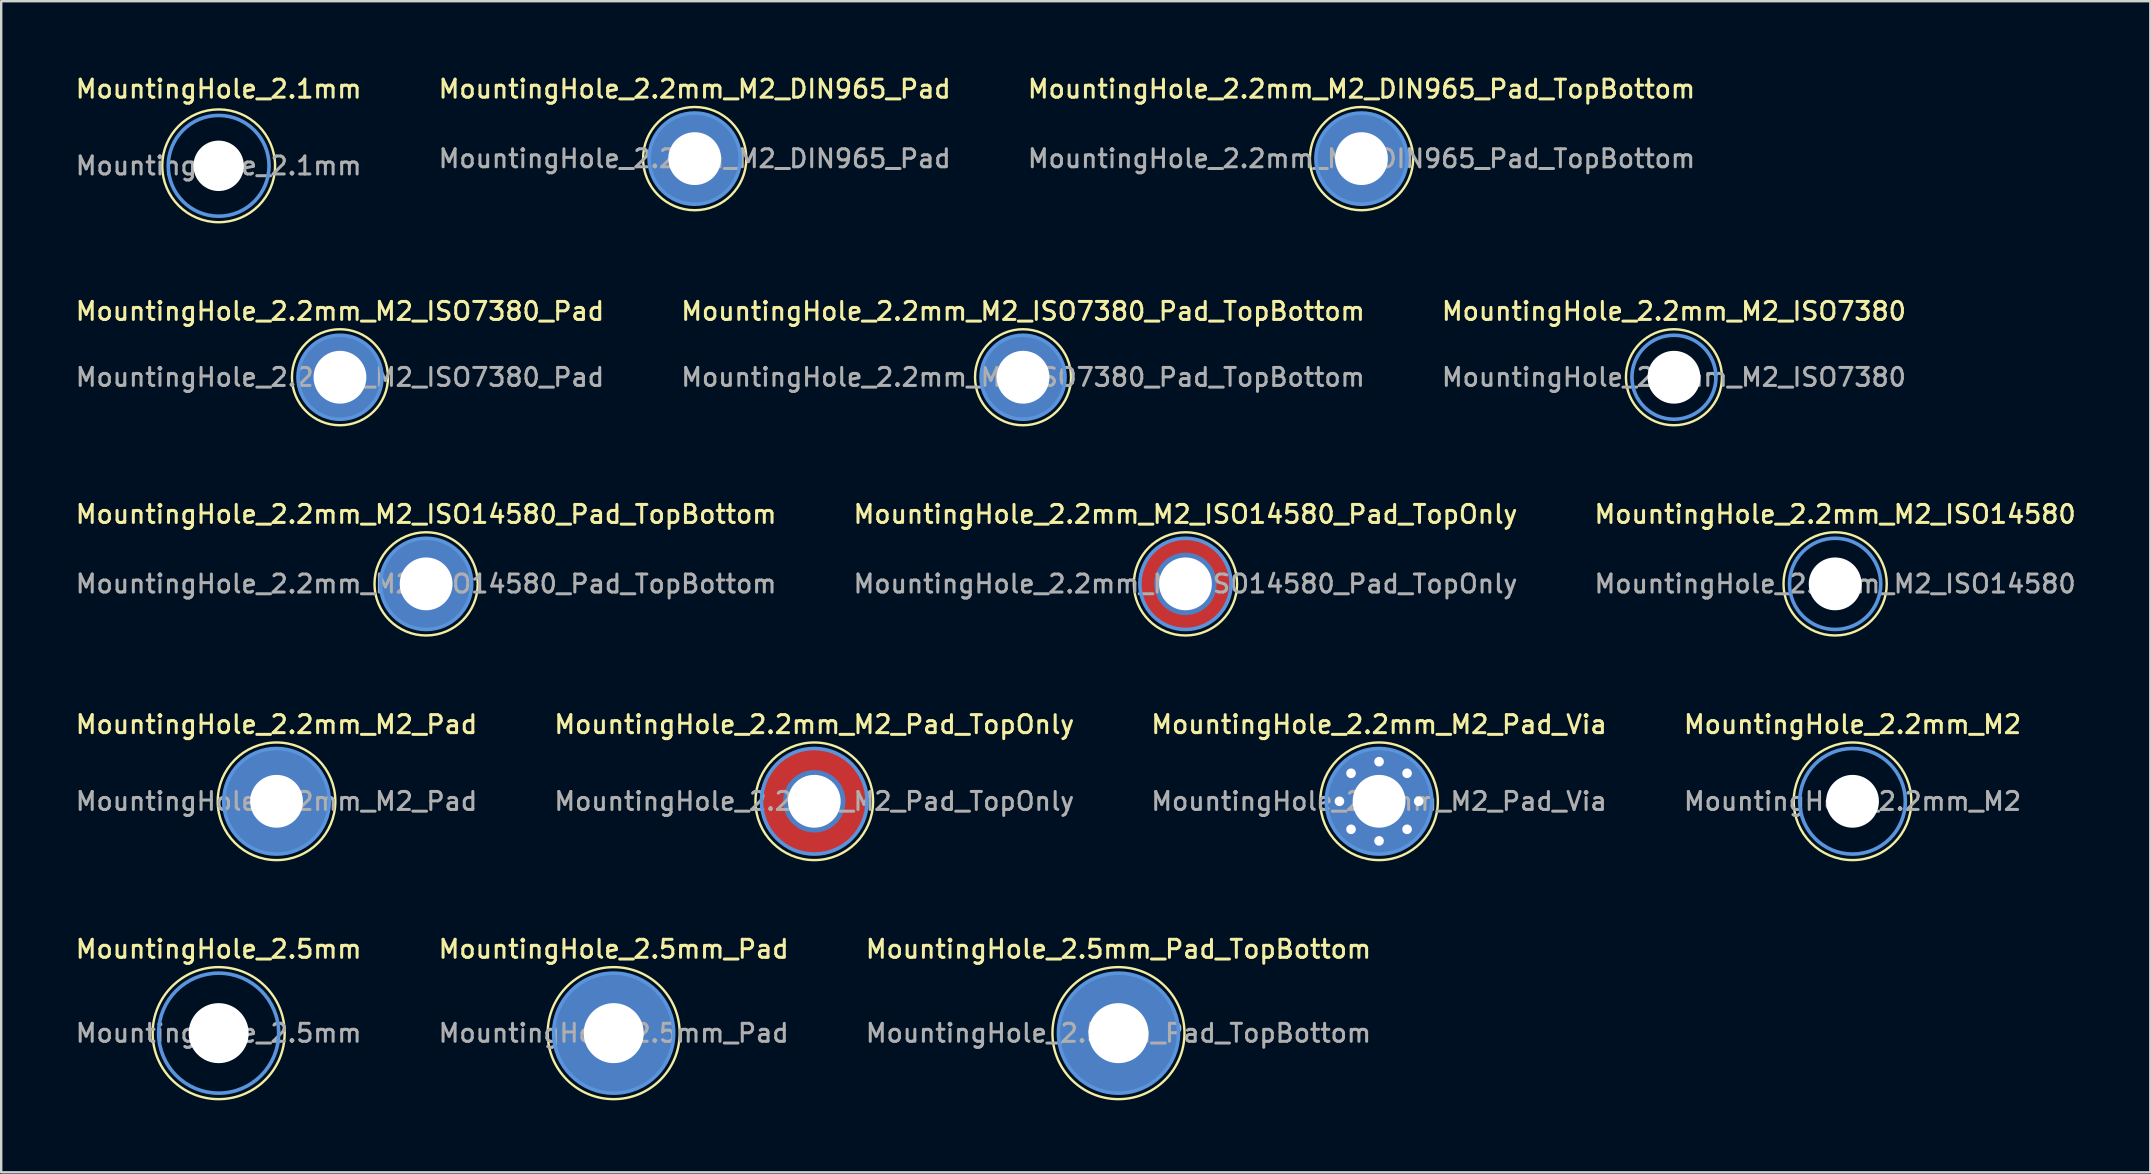
<source format=kicad_pcb>
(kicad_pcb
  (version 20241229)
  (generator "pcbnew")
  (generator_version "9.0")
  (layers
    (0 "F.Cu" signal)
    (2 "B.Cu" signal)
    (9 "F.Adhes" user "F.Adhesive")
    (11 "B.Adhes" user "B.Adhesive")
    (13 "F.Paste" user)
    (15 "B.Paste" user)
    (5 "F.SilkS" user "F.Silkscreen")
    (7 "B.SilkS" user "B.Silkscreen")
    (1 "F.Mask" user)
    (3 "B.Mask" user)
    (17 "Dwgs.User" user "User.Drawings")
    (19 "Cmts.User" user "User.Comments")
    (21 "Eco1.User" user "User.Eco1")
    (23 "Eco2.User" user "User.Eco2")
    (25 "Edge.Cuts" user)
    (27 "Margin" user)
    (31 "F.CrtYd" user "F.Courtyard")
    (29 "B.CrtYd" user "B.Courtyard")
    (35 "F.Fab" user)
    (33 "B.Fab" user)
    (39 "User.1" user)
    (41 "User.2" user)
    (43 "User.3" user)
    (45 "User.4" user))
  (footprint "MountingHole_2.2mm_M2_Pad_Via"
    (layer "F.Cu")
    (at 54.402 30.332)
    (property "Reference" "MountingHole_2.2mm_M2_Pad_Via" (at 0 -3.2 0) (layer "F.SilkS") (effects (font (size 0.75 0.75) (thickness 0.125))))
    (attr exclude_from_pos_files exclude_from_bom)
    (fp_circle (center 0 0) (end 2.45 0) (stroke (width 0.1) (type solid)) (fill no) (layer "F.SilkS"))
    (fp_circle (center 0 0) (end 2.2 0) (stroke (width 0.15) (type solid)) (fill no) (layer "Cmts.User"))
    (fp_text user "${REFERENCE}" (at 0 0 0) (layer "F.Fab") (effects (font (size 0.75 0.75) (thickness 0.125))))
    (pad "1" thru_hole circle (at -1.65 0) (size 0.7 0.7) (drill 0.4) (layers "*.Cu" "*.Mask"))
    (pad "1" thru_hole circle (at -1.167 -1.167) (size 0.7 0.7) (drill 0.4) (layers "*.Cu" "*.Mask"))
    (pad "1" thru_hole circle (at -1.167 1.167) (size 0.7 0.7) (drill 0.4) (layers "*.Cu" "*.Mask"))
    (pad "1" thru_hole circle (at 0 -1.65) (size 0.7 0.7) (drill 0.4) (layers "*.Cu" "*.Mask"))
    (pad "1" thru_hole circle (at 0 0) (size 4.4 4.4) (drill 2.2) (layers "*.Cu" "*.Mask"))
    (pad "1" thru_hole circle (at 0 1.65) (size 0.7 0.7) (drill 0.4) (layers "*.Cu" "*.Mask"))
    (pad "1" thru_hole circle (at 1.167 -1.167) (size 0.7 0.7) (drill 0.4) (layers "*.Cu" "*.Mask"))
    (pad "1" thru_hole circle (at 1.167 1.167) (size 0.7 0.7) (drill 0.4) (layers "*.Cu" "*.Mask"))
    (pad "1" thru_hole circle (at 1.65 0) (size 0.7 0.7) (drill 0.4) (layers "*.Cu" "*.Mask")))
  (footprint "MountingHole_2.2mm_M2_ISO7380"
    (layer "F.Cu")
    (at 66.687 12.666)
    (property "Reference" "MountingHole_2.2mm_M2_ISO7380" (at 0 -2.75 0) (layer "F.SilkS") (effects (font (size 0.75 0.75) (thickness 0.125))))
    (attr exclude_from_pos_files exclude_from_bom)
    (fp_circle (center 0 0) (end 2 0) (stroke (width 0.1) (type solid)) (fill no) (layer "F.SilkS"))
    (fp_circle (center 0 0) (end 1.75 0) (stroke (width 0.15) (type solid)) (fill no) (layer "Cmts.User"))
    (fp_text user "${REFERENCE}" (at 0 0 0) (layer "F.Fab") (effects (font (size 0.75 0.75) (thickness 0.125))))
    (pad "" np_thru_hole circle (at 0 0) (size 2.2 2.2) (drill 2.2) (layers "*.Cu" "*.Mask")))
  (footprint "MountingHole_2.2mm_M2_DIN965_Pad"
    (layer "F.Cu")
    (at 25.891 3.558)
    (property "Reference" "MountingHole_2.2mm_M2_DIN965_Pad" (at 0 -2.9 0) (layer "F.SilkS") (effects (font (size 0.75 0.75) (thickness 0.125))))
    (attr exclude_from_pos_files exclude_from_bom)
    (fp_circle (center 0 0) (end 2.15 0) (stroke (width 0.1) (type solid)) (fill no) (layer "F.SilkS"))
    (fp_circle (center 0 0) (end 1.9 0) (stroke (width 0.15) (type solid)) (fill no) (layer "Cmts.User"))
    (fp_text user "${REFERENCE}" (at 0 0 0) (layer "F.Fab") (effects (font (size 0.75 0.75) (thickness 0.125))))
    (pad "1" thru_hole circle (at 0 0) (size 3.8 3.8) (drill 2.2) (layers "*.Cu" "*.Mask")))
  (footprint "MountingHole_2.2mm_M2"
    (layer "F.Cu")
    (at 74.127 30.332)
    (property "Reference" "MountingHole_2.2mm_M2" (at 0 -3.2 0) (layer "F.SilkS") (effects (font (size 0.75 0.75) (thickness 0.125))))
    (attr exclude_from_pos_files exclude_from_bom)
    (fp_circle (center 0 0) (end 2.45 0) (stroke (width 0.1) (type solid)) (fill no) (layer "F.SilkS"))
    (fp_circle (center 0 0) (end 2.2 0) (stroke (width 0.15) (type solid)) (fill no) (layer "Cmts.User"))
    (fp_text user "${REFERENCE}" (at 0 0 0) (layer "F.Fab") (effects (font (size 0.75 0.75) (thickness 0.125))))
    (pad "" np_thru_hole circle (at 0 0) (size 2.2 2.2) (drill 2.2) (layers "*.Cu" "*.Mask")))
  (footprint "MountingHole_2.2mm_M2_ISO14580"
    (layer "F.Cu")
    (at 73.402 21.274)
    (property "Reference" "MountingHole_2.2mm_M2_ISO14580" (at 0 -2.9 0) (layer "F.SilkS") (effects (font (size 0.75 0.75) (thickness 0.125))))
    (attr exclude_from_pos_files exclude_from_bom)
    (fp_circle (center 0 0) (end 2.15 0) (stroke (width 0.1) (type solid)) (fill no) (layer "F.SilkS"))
    (fp_circle (center 0 0) (end 1.9 0) (stroke (width 0.15) (type solid)) (fill no) (layer "Cmts.User"))
    (fp_text user "${REFERENCE}" (at 0 0 0) (layer "F.Fab") (effects (font (size 0.75 0.75) (thickness 0.125))))
    (pad "" np_thru_hole circle (at 0 0) (size 2.2 2.2) (drill 2.2) (layers "*.Cu" "*.Mask")))
  (footprint "MountingHole_2.5mm_Pad"
    (layer "F.Cu")
    (at 22.516 39.991)
    (property "Reference" "MountingHole_2.5mm_Pad" (at 0 -3.5 0) (layer "F.SilkS") (effects (font (size 0.75 0.75) (thickness 0.125))))
    (attr exclude_from_pos_files exclude_from_bom)
    (fp_circle (center 0 0) (end 2.75 0) (stroke (width 0.1) (type solid)) (fill no) (layer "F.SilkS"))
    (fp_circle (center 0 0) (end 2.5 0) (stroke (width 0.15) (type solid)) (fill no) (layer "Cmts.User"))
    (fp_text user "${REFERENCE}" (at 0 0 0) (layer "F.Fab") (effects (font (size 0.75 0.75) (thickness 0.125))))
    (pad "1" thru_hole circle (at 0 0) (size 5 5) (drill 2.5) (layers "*.Cu" "*.Mask")))
  (footprint "MountingHole_2.2mm_M2_ISO7380_Pad_TopBottom"
    (layer "F.Cu")
    (at 39.57 12.666)
    (property "Reference" "MountingHole_2.2mm_M2_ISO7380_Pad_TopBottom" (at 0 -2.75 0) (layer "F.SilkS") (effects (font (size 0.75 0.75) (thickness 0.125))))
    (attr exclude_from_pos_files exclude_from_bom)
    (fp_circle (center 0 0) (end 2 0) (stroke (width 0.1) (type solid)) (fill no) (layer "F.SilkS"))
    (fp_circle (center 0 0) (end 1.75 0) (stroke (width 0.15) (type solid)) (fill no) (layer "Cmts.User"))
    (fp_text user "${REFERENCE}" (at 0 0 0) (layer "F.Fab") (effects (font (size 0.75 0.75) (thickness 0.125))))
    (pad "1" thru_hole circle (at 0 0) (size 2.6 2.6) (drill 2.2) (layers "*.Cu" "*.Mask"))
    (pad "1" connect circle (at 0 0) (size 3.5 3.5) (layers "F.Cu" "F.Mask"))
    (pad "1" connect circle (at 0 0) (size 3.5 3.5) (layers "B.Cu" "B.Mask")))
  (footprint "MountingHole_2.2mm_M2_ISO14580_Pad_TopBottom"
    (layer "F.Cu")
    (at 14.702 21.274)
    (property "Reference" "MountingHole_2.2mm_M2_ISO14580_Pad_TopBottom" (at 0 -2.9 0) (layer "F.SilkS") (effects (font (size 0.75 0.75) (thickness 0.125))))
    (attr exclude_from_pos_files exclude_from_bom)
    (fp_circle (center 0 0) (end 2.15 0) (stroke (width 0.1) (type solid)) (fill no) (layer "F.SilkS"))
    (fp_circle (center 0 0) (end 1.9 0) (stroke (width 0.15) (type solid)) (fill no) (layer "Cmts.User"))
    (fp_text user "${REFERENCE}" (at 0 0 0) (layer "F.Fab") (effects (font (size 0.75 0.75) (thickness 0.125))))
    (pad "1" thru_hole circle (at 0 0) (size 2.6 2.6) (drill 2.2) (layers "*.Cu" "*.Mask"))
    (pad "1" connect circle (at 0 0) (size 3.8 3.8) (layers "F.Cu" "F.Mask"))
    (pad "1" connect circle (at 0 0) (size 3.8 3.8) (layers "B.Cu" "B.Mask")))
  (footprint "MountingHole_2.2mm_M2_Pad"
    (layer "F.Cu")
    (at 8.47 30.332)
    (property "Reference" "MountingHole_2.2mm_M2_Pad" (at 0 -3.2 0) (layer "F.SilkS") (effects (font (size 0.75 0.75) (thickness 0.125))))
    (attr exclude_from_pos_files exclude_from_bom)
    (fp_circle (center 0 0) (end 2.45 0) (stroke (width 0.1) (type solid)) (fill no) (layer "F.SilkS"))
    (fp_circle (center 0 0) (end 2.2 0) (stroke (width 0.15) (type solid)) (fill no) (layer "Cmts.User"))
    (fp_text user "${REFERENCE}" (at 0 0 0) (layer "F.Fab") (effects (font (size 0.75 0.75) (thickness 0.125))))
    (pad "1" thru_hole circle (at 0 0) (size 4.4 4.4) (drill 2.2) (layers "*.Cu" "*.Mask")))
  (footprint "MountingHole_2.2mm_M2_Pad_TopOnly"
    (layer "F.Cu")
    (at 30.873 30.332)
    (property "Reference" "MountingHole_2.2mm_M2_Pad_TopOnly" (at 0 -3.2 0) (layer "F.SilkS") (effects (font (size 0.75 0.75) (thickness 0.125))))
    (attr exclude_from_pos_files exclude_from_bom)
    (fp_circle (center 0 0) (end 2.45 0) (stroke (width 0.1) (type solid)) (fill no) (layer "F.SilkS"))
    (fp_circle (center 0 0) (end 2.2 0) (stroke (width 0.15) (type solid)) (fill no) (layer "Cmts.User"))
    (fp_text user "${REFERENCE}" (at 0 0 0) (layer "F.Fab") (effects (font (size 0.75 0.75) (thickness 0.125))))
    (pad "1" thru_hole circle (at 0 0) (size 2.6 2.6) (drill 2.2) (layers "*.Cu" "*.Mask"))
    (pad "1" connect circle (at 0 0) (size 4.4 4.4) (layers "F.Cu" "F.Mask")))
  (footprint "MountingHole_2.2mm_M2_DIN965_Pad_TopBottom"
    (layer "F.Cu")
    (at 53.67 3.558)
    (property "Reference" "MountingHole_2.2mm_M2_DIN965_Pad_TopBottom" (at 0 -2.9 0) (layer "F.SilkS") (effects (font (size 0.75 0.75) (thickness 0.125))))
    (attr exclude_from_pos_files exclude_from_bom)
    (fp_circle (center 0 0) (end 2.15 0) (stroke (width 0.1) (type solid)) (fill no) (layer "F.SilkS"))
    (fp_circle (center 0 0) (end 1.9 0) (stroke (width 0.15) (type solid)) (fill no) (layer "Cmts.User"))
    (fp_text user "${REFERENCE}" (at 0 0 0) (layer "F.Fab") (effects (font (size 0.75 0.75) (thickness 0.125))))
    (pad "1" thru_hole circle (at 0 0) (size 2.6 2.6) (drill 2.2) (layers "*.Cu" "*.Mask"))
    (pad "1" connect circle (at 0 0) (size 3.8 3.8) (layers "F.Cu" "F.Mask"))
    (pad "1" connect circle (at 0 0) (size 3.8 3.8) (layers "B.Cu" "B.Mask")))
  (footprint "MountingHole_2.2mm_M2_ISO7380_Pad"
    (layer "F.Cu")
    (at 11.113 12.666)
    (property "Reference" "MountingHole_2.2mm_M2_ISO7380_Pad" (at 0 -2.75 0) (layer "F.SilkS") (effects (font (size 0.75 0.75) (thickness 0.125))))
    (attr exclude_from_pos_files exclude_from_bom)
    (fp_circle (center 0 0) (end 2 0) (stroke (width 0.1) (type solid)) (fill no) (layer "F.SilkS"))
    (fp_circle (center 0 0) (end 1.75 0) (stroke (width 0.15) (type solid)) (fill no) (layer "Cmts.User"))
    (fp_text user "${REFERENCE}" (at 0 0 0) (layer "F.Fab") (effects (font (size 0.75 0.75) (thickness 0.125))))
    (pad "1" thru_hole circle (at 0 0) (size 3.5 3.5) (drill 2.2) (layers "*.Cu" "*.Mask")))
  (footprint "MountingHole_2.5mm_Pad_TopBottom"
    (layer "F.Cu")
    (at 43.545 39.991)
    (property "Reference" "MountingHole_2.5mm_Pad_TopBottom" (at 0 -3.5 0) (layer "F.SilkS") (effects (font (size 0.75 0.75) (thickness 0.125))))
    (attr exclude_from_pos_files exclude_from_bom)
    (fp_circle (center 0 0) (end 2.75 0) (stroke (width 0.1) (type solid)) (fill no) (layer "F.SilkS"))
    (fp_circle (center 0 0) (end 2.5 0) (stroke (width 0.15) (type solid)) (fill no) (layer "Cmts.User"))
    (fp_text user "${REFERENCE}" (at 0 0 0) (layer "F.Fab") (effects (font (size 0.75 0.75) (thickness 0.125))))
    (pad "1" thru_hole circle (at 0 0) (size 2.9 2.9) (drill 2.5) (layers "*.Cu" "*.Mask"))
    (pad "1" connect circle (at 0 0) (size 5 5) (layers "F.Cu" "F.Mask"))
    (pad "1" connect circle (at 0 0) (size 5 5) (layers "B.Cu" "B.Mask")))
  (footprint "MountingHole_2.5mm"
    (layer "F.Cu")
    (at 6.059 39.991)
    (property "Reference" "MountingHole_2.5mm" (at 0 -3.5 0) (layer "F.SilkS") (effects (font (size 0.75 0.75) (thickness 0.125))))
    (attr exclude_from_pos_files exclude_from_bom)
    (fp_circle (center 0 0) (end 2.75 0) (stroke (width 0.1) (type solid)) (fill no) (layer "F.SilkS"))
    (fp_circle (center 0 0) (end 2.5 0) (stroke (width 0.15) (type solid)) (fill no) (layer "Cmts.User"))
    (fp_text user "${REFERENCE}" (at 0 0 0) (layer "F.Fab") (effects (font (size 0.75 0.75) (thickness 0.125))))
    (pad "" np_thru_hole circle (at 0 0) (size 2.5 2.5) (drill 2.5) (layers "*.Cu" "*.Mask")))
  (footprint "MountingHole_2.2mm_M2_ISO14580_Pad_TopOnly"
    (layer "F.Cu")
    (at 46.337 21.274)
    (property "Reference" "MountingHole_2.2mm_M2_ISO14580_Pad_TopOnly" (at 0 -2.9 0) (layer "F.SilkS") (effects (font (size 0.75 0.75) (thickness 0.125))))
    (attr exclude_from_pos_files exclude_from_bom)
    (fp_circle (center 0 0) (end 2.15 0) (stroke (width 0.1) (type solid)) (fill no) (layer "F.SilkS"))
    (fp_circle (center 0 0) (end 1.9 0) (stroke (width 0.15) (type solid)) (fill no) (layer "Cmts.User"))
    (fp_text user "${REFERENCE}" (at 0 0 0) (layer "F.Fab") (effects (font (size 0.75 0.75) (thickness 0.125))))
    (pad "1" thru_hole circle (at 0 0) (size 2.6 2.6) (drill 2.2) (layers "*.Cu" "*.Mask"))
    (pad "1" connect circle (at 0 0) (size 3.8 3.8) (layers "F.Cu" "F.Mask")))
  (footprint "MountingHole_2.1mm"
    (layer "F.Cu")
    (at 6.059 3.858)
    (property "Reference" "MountingHole_2.1mm" (at 0 -3.2 0) (layer "F.SilkS") (effects (font (size 0.75 0.75) (thickness 0.125))))
    (attr exclude_from_pos_files exclude_from_bom)
    (fp_circle (center 0 0) (end 2.35 0) (stroke (width 0.1) (type solid)) (fill no) (layer "F.SilkS"))
    (fp_circle (center 0 0) (end 2.1 0) (stroke (width 0.15) (type solid)) (fill no) (layer "Cmts.User"))
    (fp_text user "${REFERENCE}" (at 0 0 0) (layer "F.Fab") (effects (font (size 0.75 0.75) (thickness 0.125))))
    (pad "" np_thru_hole circle (at 0 0) (size 2.1 2.1) (drill 2.1) (layers "*.Cu" "*.Mask")))
  (gr_rect
    (start -3 -3)
    (end 86.532 45.791)
    (stroke (width 0.1) (type default))
    (fill no)
    (layer "Edge.Cuts")))
</source>
